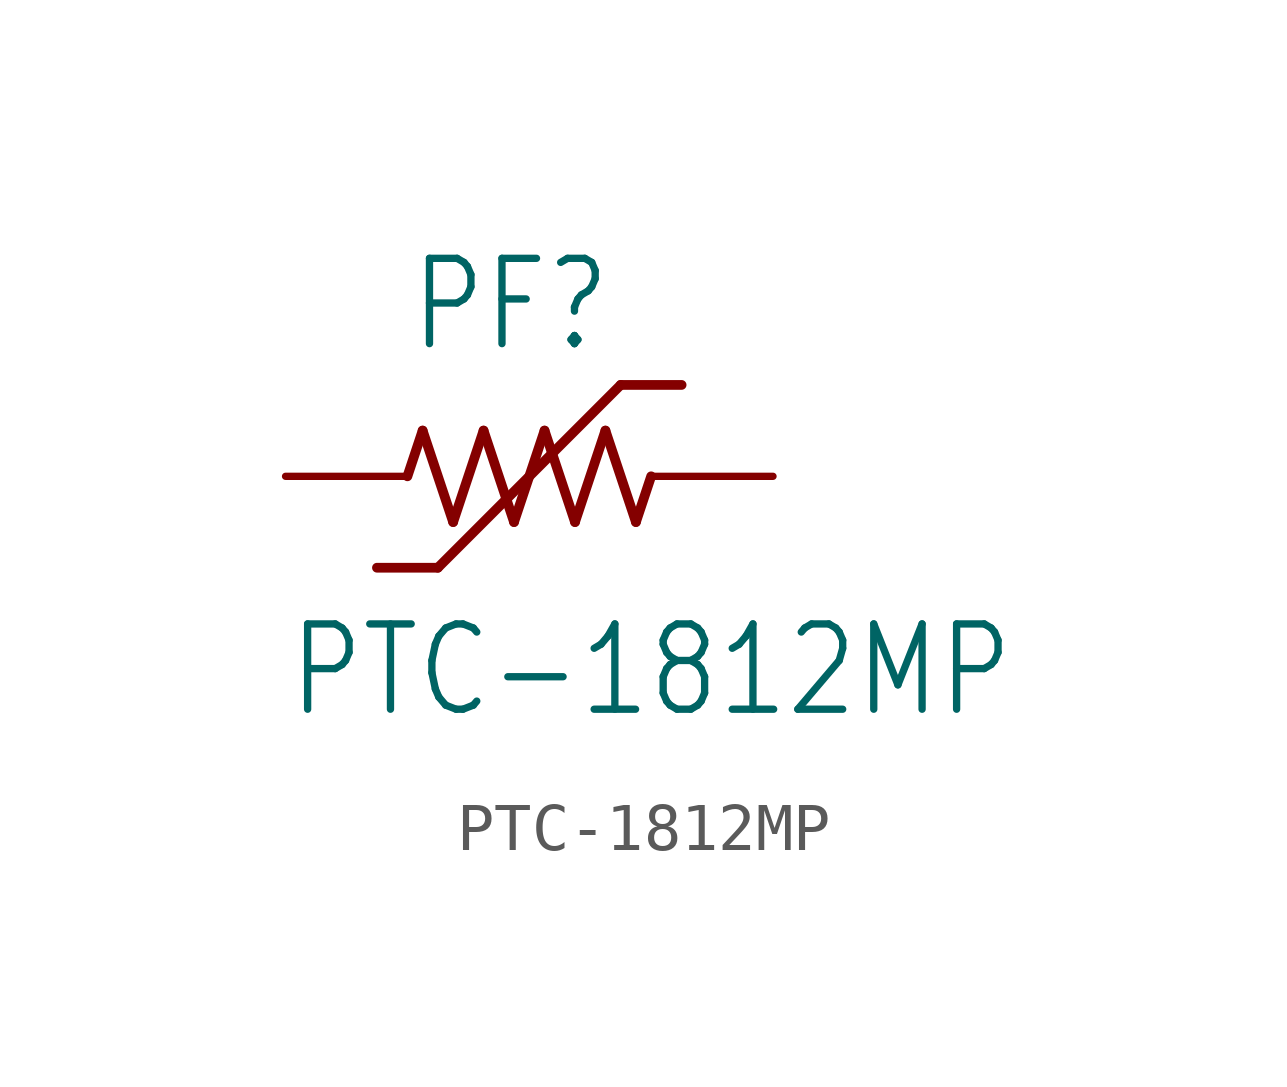
<source format=kicad_sym>
(kicad_symbol_lib
  (version 20211014)
  (generator kicad_symbol_editor)
  (symbol "PTC-1812MP"
    (property "Reference" "PF"
      (at -2.54 2.54 0)
      (effects (font (size 1.778 1.511)) (justify left bottom)))
    (property "Value" "PTC-1812MP"
      (at -5.08 -5.08 0)
      (effects (font (size 1.778 1.511)) (justify left bottom)))
    (property "ki_locked" ""
      (at 0 0 0)
      (effects (font (size 1.27 1.27))))
    (symbol "PTC-1812MP_1_0"
      (polyline (pts (xy -2.54 0) (xy -2.223 0.953)) (stroke (width 0.203) (type default) (color 0 0 0 0)) (fill (type none)))
      (polyline (pts (xy -2.223 0.953) (xy -1.587 -0.953)) (stroke (width 0.203) (type default) (color 0 0 0 0)) (fill (type none)))
      (polyline (pts (xy -1.905 -1.905) (xy -3.175 -1.905)) (stroke (width 0.203) (type default) (color 0 0 0 0)) (fill (type none)))
      (polyline (pts (xy -1.587 -0.953) (xy -0.953 0.953)) (stroke (width 0.203) (type default) (color 0 0 0 0)) (fill (type none)))
      (polyline (pts (xy -0.953 0.953) (xy -0.318 -0.953)) (stroke (width 0.203) (type default) (color 0 0 0 0)) (fill (type none)))
      (polyline (pts (xy -0.318 -0.953) (xy 0.318 0.953)) (stroke (width 0.203) (type default) (color 0 0 0 0)) (fill (type none)))
      (polyline (pts (xy 0.318 0.953) (xy 0.953 -0.953)) (stroke (width 0.203) (type default) (color 0 0 0 0)) (fill (type none)))
      (polyline (pts (xy 0.953 -0.953) (xy 1.587 0.953)) (stroke (width 0.203) (type default) (color 0 0 0 0)) (fill (type none)))
      (polyline (pts (xy 1.587 0.953) (xy 2.223 -0.953)) (stroke (width 0.203) (type default) (color 0 0 0 0)) (fill (type none)))
      (polyline (pts (xy 1.905 1.905) (xy -1.905 -1.905)) (stroke (width 0.203) (type default) (color 0 0 0 0)) (fill (type none)))
      (polyline (pts (xy 2.223 -0.953) (xy 2.54 0)) (stroke (width 0.203) (type default) (color 0 0 0 0)) (fill (type none)))
      (polyline (pts (xy 3.175 1.905) (xy 1.905 1.905)) (stroke (width 0.203) (type default) (color 0 0 0 0)) (fill (type none)))
      (pin passive line (at -5.08 0 0) (length 2.54) (name "1" (effects (font (size 0 0)))) (number "1" (effects (font (size 0 0)))))
      (pin passive line (at 5.08 0 180) (length 2.54) (name "2" (effects (font (size 0 0)))) (number "2" (effects (font (size 0 0))))))))
</source>
